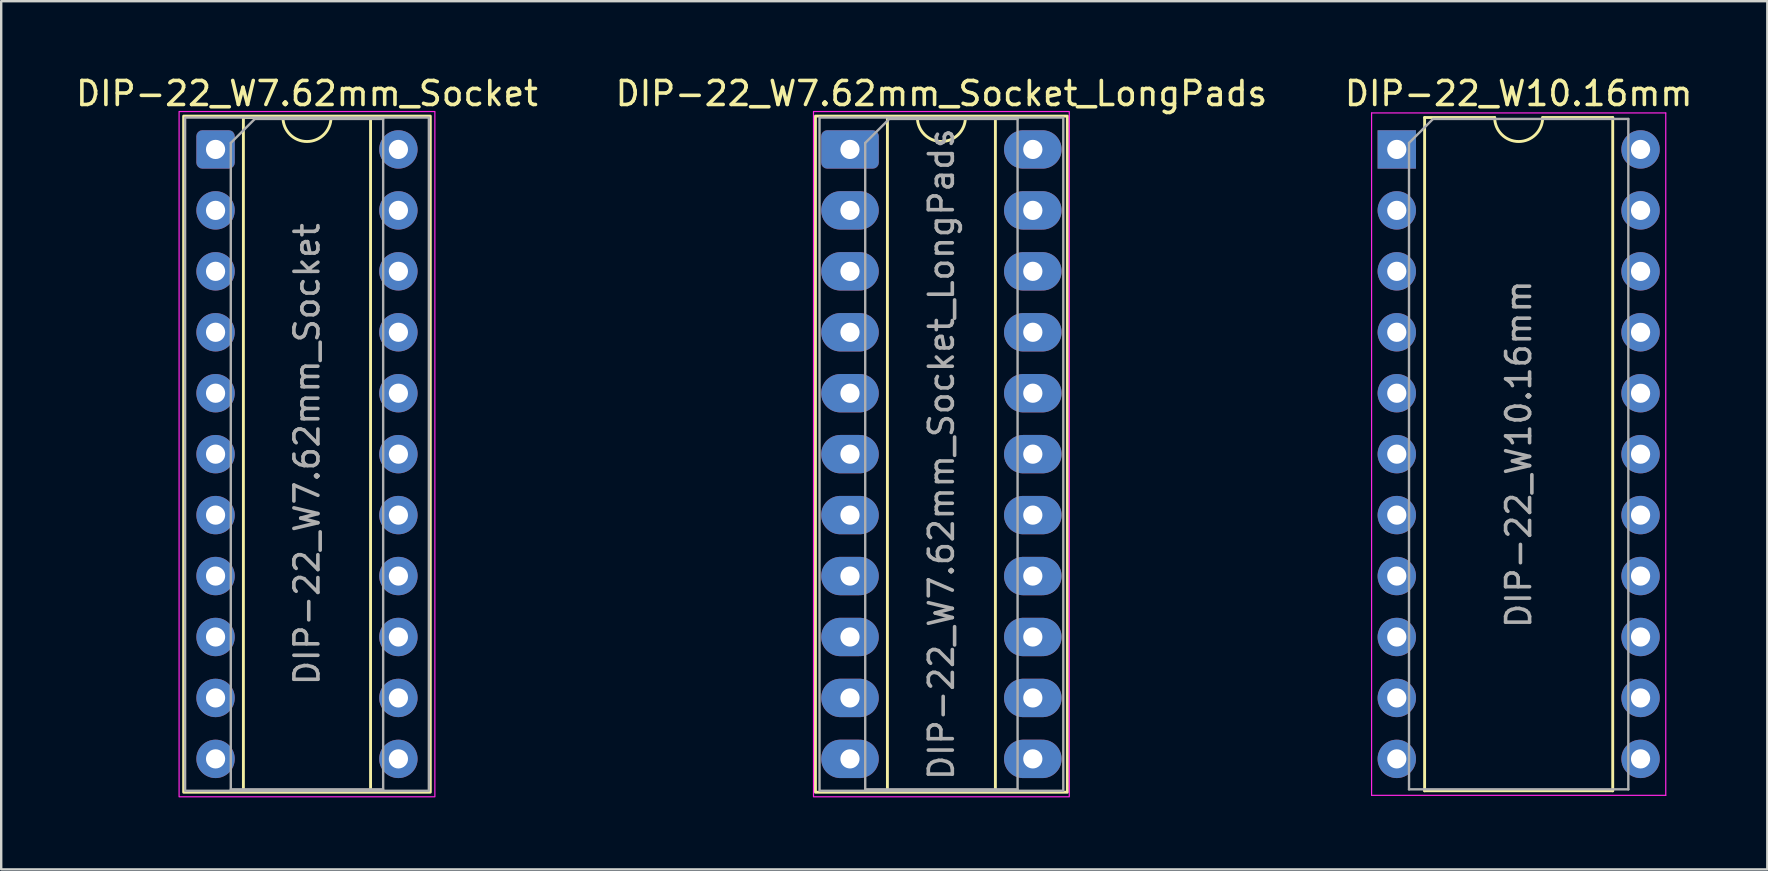
<source format=kicad_pcb>
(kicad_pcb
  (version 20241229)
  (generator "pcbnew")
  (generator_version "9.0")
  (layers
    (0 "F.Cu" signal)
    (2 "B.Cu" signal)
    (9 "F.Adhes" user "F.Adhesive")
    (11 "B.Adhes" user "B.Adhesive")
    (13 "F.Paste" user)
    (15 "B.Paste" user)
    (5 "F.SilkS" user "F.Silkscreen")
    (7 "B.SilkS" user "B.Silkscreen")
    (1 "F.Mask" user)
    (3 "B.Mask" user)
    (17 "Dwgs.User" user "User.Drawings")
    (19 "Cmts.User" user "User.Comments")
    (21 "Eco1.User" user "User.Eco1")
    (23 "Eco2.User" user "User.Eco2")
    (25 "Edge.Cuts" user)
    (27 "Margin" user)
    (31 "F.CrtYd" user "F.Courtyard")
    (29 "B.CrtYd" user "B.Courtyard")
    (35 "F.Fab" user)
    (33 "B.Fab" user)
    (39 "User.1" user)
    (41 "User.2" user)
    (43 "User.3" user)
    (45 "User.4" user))
  (footprint "DIP-22_W7.62mm_Socket_LongPads"
    (layer "F.Cu")
    (at 32.375 3.178)
    (property "Reference" "DIP-22_W7.62mm_Socket_LongPads" (at 3.81 -2.33 0) (layer "F.SilkS") (effects (font (size 1 1) (thickness 0.15))))
    (attr through_hole)
    (fp_line (start 1.56 -1.33) (end 1.56 26.73) (stroke (width 0.12) (type solid)) (layer "F.SilkS"))
    (fp_line (start 1.56 26.73) (end 6.06 26.73) (stroke (width 0.12) (type solid)) (layer "F.SilkS"))
    (fp_line (start 2.81 -1.33) (end 1.56 -1.33) (stroke (width 0.12) (type solid)) (layer "F.SilkS"))
    (fp_line (start 6.06 -1.33) (end 4.81 -1.33) (stroke (width 0.12) (type solid)) (layer "F.SilkS"))
    (fp_line (start 6.06 26.73) (end 6.06 -1.33) (stroke (width 0.12) (type solid)) (layer "F.SilkS"))
    (fp_rect (start -1.44 -1.39) (end 9.06 26.79) (stroke (width 0.12) (type solid)) (fill no) (layer "F.SilkS"))
    (fp_arc (start 4.81 -1.33) (mid 3.81 -0.33) (end 2.81 -1.33) (stroke (width 0.12) (type solid)) (layer "F.SilkS"))
    (fp_rect (start -1.52 -1.58) (end 9.14 26.98) (stroke (width 0.05) (type solid)) (fill no) (layer "F.CrtYd"))
    (fp_line (start 0.635 -0.27) (end 1.635 -1.27) (stroke (width 0.1) (type solid)) (layer "F.Fab"))
    (fp_line (start 0.635 26.67) (end 0.635 -0.27) (stroke (width 0.1) (type solid)) (layer "F.Fab"))
    (fp_line (start 1.635 -1.27) (end 6.985 -1.27) (stroke (width 0.1) (type solid)) (layer "F.Fab"))
    (fp_line (start 6.985 -1.27) (end 6.985 26.67) (stroke (width 0.1) (type solid)) (layer "F.Fab"))
    (fp_line (start 6.985 26.67) (end 0.635 26.67) (stroke (width 0.1) (type solid)) (layer "F.Fab"))
    (fp_rect (start -1.27 -1.33) (end 8.89 26.73) (stroke (width 0.1) (type solid)) (fill no) (layer "F.Fab"))
    (fp_text user "${REFERENCE}" (at 3.81 12.7 90) (layer "F.Fab") (effects (font (size 1 1) (thickness 0.15))))
    (pad "1" thru_hole roundrect (at 0 0) (size 2.4 1.6) (drill 0.8) (layers "*.Cu" "*.Mask") (roundrect_rratio 0.156))
    (pad "2" thru_hole oval (at 0 2.54) (size 2.4 1.6) (drill 0.8) (layers "*.Cu" "*.Mask"))
    (pad "3" thru_hole oval (at 0 5.08) (size 2.4 1.6) (drill 0.8) (layers "*.Cu" "*.Mask"))
    (pad "4" thru_hole oval (at 0 7.62) (size 2.4 1.6) (drill 0.8) (layers "*.Cu" "*.Mask"))
    (pad "5" thru_hole oval (at 0 10.16) (size 2.4 1.6) (drill 0.8) (layers "*.Cu" "*.Mask"))
    (pad "6" thru_hole oval (at 0 12.7) (size 2.4 1.6) (drill 0.8) (layers "*.Cu" "*.Mask"))
    (pad "7" thru_hole oval (at 0 15.24) (size 2.4 1.6) (drill 0.8) (layers "*.Cu" "*.Mask"))
    (pad "8" thru_hole oval (at 0 17.78) (size 2.4 1.6) (drill 0.8) (layers "*.Cu" "*.Mask"))
    (pad "9" thru_hole oval (at 0 20.32) (size 2.4 1.6) (drill 0.8) (layers "*.Cu" "*.Mask"))
    (pad "10" thru_hole oval (at 0 22.86) (size 2.4 1.6) (drill 0.8) (layers "*.Cu" "*.Mask"))
    (pad "11" thru_hole oval (at 0 25.4) (size 2.4 1.6) (drill 0.8) (layers "*.Cu" "*.Mask"))
    (pad "12" thru_hole oval (at 7.62 25.4) (size 2.4 1.6) (drill 0.8) (layers "*.Cu" "*.Mask"))
    (pad "13" thru_hole oval (at 7.62 22.86) (size 2.4 1.6) (drill 0.8) (layers "*.Cu" "*.Mask"))
    (pad "14" thru_hole oval (at 7.62 20.32) (size 2.4 1.6) (drill 0.8) (layers "*.Cu" "*.Mask"))
    (pad "15" thru_hole oval (at 7.62 17.78) (size 2.4 1.6) (drill 0.8) (layers "*.Cu" "*.Mask"))
    (pad "16" thru_hole oval (at 7.62 15.24) (size 2.4 1.6) (drill 0.8) (layers "*.Cu" "*.Mask"))
    (pad "17" thru_hole oval (at 7.62 12.7) (size 2.4 1.6) (drill 0.8) (layers "*.Cu" "*.Mask"))
    (pad "18" thru_hole oval (at 7.62 10.16) (size 2.4 1.6) (drill 0.8) (layers "*.Cu" "*.Mask"))
    (pad "19" thru_hole oval (at 7.62 7.62) (size 2.4 1.6) (drill 0.8) (layers "*.Cu" "*.Mask"))
    (pad "20" thru_hole oval (at 7.62 5.08) (size 2.4 1.6) (drill 0.8) (layers "*.Cu" "*.Mask"))
    (pad "21" thru_hole oval (at 7.62 2.54) (size 2.4 1.6) (drill 0.8) (layers "*.Cu" "*.Mask"))
    (pad "22" thru_hole oval (at 7.62 0) (size 2.4 1.6) (drill 0.8) (layers "*.Cu" "*.Mask")))
  (footprint "DIP-22_W10.16mm"
    (layer "F.Cu")
    (at 55.164 3.178)
    (property "Reference" "DIP-22_W10.16mm" (at 5.08 -2.33 0) (layer "F.SilkS") (effects (font (size 1 1) (thickness 0.15))))
    (attr through_hole)
    (fp_line (start 1.16 -1.33) (end 1.16 26.73) (stroke (width 0.12) (type solid)) (layer "F.SilkS"))
    (fp_line (start 1.16 26.73) (end 9 26.73) (stroke (width 0.12) (type solid)) (layer "F.SilkS"))
    (fp_line (start 4.08 -1.33) (end 1.16 -1.33) (stroke (width 0.12) (type solid)) (layer "F.SilkS"))
    (fp_line (start 9 -1.33) (end 6.08 -1.33) (stroke (width 0.12) (type solid)) (layer "F.SilkS"))
    (fp_line (start 9 26.73) (end 9 -1.33) (stroke (width 0.12) (type solid)) (layer "F.SilkS"))
    (fp_arc (start 6.08 -1.33) (mid 5.08 -0.33) (end 4.08 -1.33) (stroke (width 0.12) (type solid)) (layer "F.SilkS"))
    (fp_line (start -1.05 -1.52) (end -1.05 26.92) (stroke (width 0.05) (type solid)) (layer "F.CrtYd"))
    (fp_line (start -1.05 26.92) (end 11.21 26.92) (stroke (width 0.05) (type solid)) (layer "F.CrtYd"))
    (fp_line (start 11.21 -1.52) (end -1.05 -1.52) (stroke (width 0.05) (type solid)) (layer "F.CrtYd"))
    (fp_line (start 11.21 26.92) (end 11.21 -1.52) (stroke (width 0.05) (type solid)) (layer "F.CrtYd"))
    (fp_line (start 0.51 -0.27) (end 1.51 -1.27) (stroke (width 0.1) (type solid)) (layer "F.Fab"))
    (fp_line (start 0.51 26.67) (end 0.51 -0.27) (stroke (width 0.1) (type solid)) (layer "F.Fab"))
    (fp_line (start 1.51 -1.27) (end 9.65 -1.27) (stroke (width 0.1) (type solid)) (layer "F.Fab"))
    (fp_line (start 9.65 -1.27) (end 9.65 26.67) (stroke (width 0.1) (type solid)) (layer "F.Fab"))
    (fp_line (start 9.65 26.67) (end 0.51 26.67) (stroke (width 0.1) (type solid)) (layer "F.Fab"))
    (fp_text user "${REFERENCE}" (at 5.08 12.7 90) (layer "F.Fab") (effects (font (size 1 1) (thickness 0.15))))
    (pad "1" thru_hole rect (at 0 0) (size 1.6 1.6) (drill 0.8) (layers "*.Cu" "*.Mask"))
    (pad "2" thru_hole circle (at 0 2.54) (size 1.6 1.6) (drill 0.8) (layers "*.Cu" "*.Mask"))
    (pad "3" thru_hole circle (at 0 5.08) (size 1.6 1.6) (drill 0.8) (layers "*.Cu" "*.Mask"))
    (pad "4" thru_hole circle (at 0 7.62) (size 1.6 1.6) (drill 0.8) (layers "*.Cu" "*.Mask"))
    (pad "5" thru_hole circle (at 0 10.16) (size 1.6 1.6) (drill 0.8) (layers "*.Cu" "*.Mask"))
    (pad "6" thru_hole circle (at 0 12.7) (size 1.6 1.6) (drill 0.8) (layers "*.Cu" "*.Mask"))
    (pad "7" thru_hole circle (at 0 15.24) (size 1.6 1.6) (drill 0.8) (layers "*.Cu" "*.Mask"))
    (pad "8" thru_hole circle (at 0 17.78) (size 1.6 1.6) (drill 0.8) (layers "*.Cu" "*.Mask"))
    (pad "9" thru_hole circle (at 0 20.32) (size 1.6 1.6) (drill 0.8) (layers "*.Cu" "*.Mask"))
    (pad "10" thru_hole circle (at 0 22.86) (size 1.6 1.6) (drill 0.8) (layers "*.Cu" "*.Mask"))
    (pad "11" thru_hole circle (at 0 25.4) (size 1.6 1.6) (drill 0.8) (layers "*.Cu" "*.Mask"))
    (pad "12" thru_hole circle (at 10.16 25.4) (size 1.6 1.6) (drill 0.8) (layers "*.Cu" "*.Mask"))
    (pad "13" thru_hole circle (at 10.16 22.86) (size 1.6 1.6) (drill 0.8) (layers "*.Cu" "*.Mask"))
    (pad "14" thru_hole circle (at 10.16 20.32) (size 1.6 1.6) (drill 0.8) (layers "*.Cu" "*.Mask"))
    (pad "15" thru_hole circle (at 10.16 17.78) (size 1.6 1.6) (drill 0.8) (layers "*.Cu" "*.Mask"))
    (pad "16" thru_hole circle (at 10.16 15.24) (size 1.6 1.6) (drill 0.8) (layers "*.Cu" "*.Mask"))
    (pad "17" thru_hole circle (at 10.16 12.7) (size 1.6 1.6) (drill 0.8) (layers "*.Cu" "*.Mask"))
    (pad "18" thru_hole circle (at 10.16 10.16) (size 1.6 1.6) (drill 0.8) (layers "*.Cu" "*.Mask"))
    (pad "19" thru_hole circle (at 10.16 7.62) (size 1.6 1.6) (drill 0.8) (layers "*.Cu" "*.Mask"))
    (pad "20" thru_hole circle (at 10.16 5.08) (size 1.6 1.6) (drill 0.8) (layers "*.Cu" "*.Mask"))
    (pad "21" thru_hole circle (at 10.16 2.54) (size 1.6 1.6) (drill 0.8) (layers "*.Cu" "*.Mask"))
    (pad "22" thru_hole circle (at 10.16 0) (size 1.6 1.6) (drill 0.8) (layers "*.Cu" "*.Mask")))
  (footprint "DIP-22_W7.62mm_Socket"
    (layer "F.Cu")
    (at 5.934 3.178)
    (property "Reference" "DIP-22_W7.62mm_Socket" (at 3.81 -2.33 0) (layer "F.SilkS") (effects (font (size 1 1) (thickness 0.15))))
    (attr through_hole)
    (fp_line (start 1.16 -1.33) (end 1.16 26.73) (stroke (width 0.12) (type solid)) (layer "F.SilkS"))
    (fp_line (start 1.16 26.73) (end 6.46 26.73) (stroke (width 0.12) (type solid)) (layer "F.SilkS"))
    (fp_line (start 2.81 -1.33) (end 1.16 -1.33) (stroke (width 0.12) (type solid)) (layer "F.SilkS"))
    (fp_line (start 6.46 -1.33) (end 4.81 -1.33) (stroke (width 0.12) (type solid)) (layer "F.SilkS"))
    (fp_line (start 6.46 26.73) (end 6.46 -1.33) (stroke (width 0.12) (type solid)) (layer "F.SilkS"))
    (fp_rect (start -1.33 -1.39) (end 8.95 26.79) (stroke (width 0.12) (type solid)) (fill no) (layer "F.SilkS"))
    (fp_arc (start 4.81 -1.33) (mid 3.81 -0.33) (end 2.81 -1.33) (stroke (width 0.12) (type solid)) (layer "F.SilkS"))
    (fp_rect (start -1.52 -1.58) (end 9.14 26.98) (stroke (width 0.05) (type solid)) (fill no) (layer "F.CrtYd"))
    (fp_line (start 0.635 -0.27) (end 1.635 -1.27) (stroke (width 0.1) (type solid)) (layer "F.Fab"))
    (fp_line (start 0.635 26.67) (end 0.635 -0.27) (stroke (width 0.1) (type solid)) (layer "F.Fab"))
    (fp_line (start 1.635 -1.27) (end 6.985 -1.27) (stroke (width 0.1) (type solid)) (layer "F.Fab"))
    (fp_line (start 6.985 -1.27) (end 6.985 26.67) (stroke (width 0.1) (type solid)) (layer "F.Fab"))
    (fp_line (start 6.985 26.67) (end 0.635 26.67) (stroke (width 0.1) (type solid)) (layer "F.Fab"))
    (fp_rect (start -1.27 -1.33) (end 8.89 26.73) (stroke (width 0.1) (type solid)) (fill no) (layer "F.Fab"))
    (fp_text user "${REFERENCE}" (at 3.81 12.7 90) (layer "F.Fab") (effects (font (size 1 1) (thickness 0.15))))
    (pad "1" thru_hole roundrect (at 0 0) (size 1.6 1.6) (drill 0.8) (layers "*.Cu" "*.Mask") (roundrect_rratio 0.156))
    (pad "2" thru_hole circle (at 0 2.54) (size 1.6 1.6) (drill 0.8) (layers "*.Cu" "*.Mask"))
    (pad "3" thru_hole circle (at 0 5.08) (size 1.6 1.6) (drill 0.8) (layers "*.Cu" "*.Mask"))
    (pad "4" thru_hole circle (at 0 7.62) (size 1.6 1.6) (drill 0.8) (layers "*.Cu" "*.Mask"))
    (pad "5" thru_hole circle (at 0 10.16) (size 1.6 1.6) (drill 0.8) (layers "*.Cu" "*.Mask"))
    (pad "6" thru_hole circle (at 0 12.7) (size 1.6 1.6) (drill 0.8) (layers "*.Cu" "*.Mask"))
    (pad "7" thru_hole circle (at 0 15.24) (size 1.6 1.6) (drill 0.8) (layers "*.Cu" "*.Mask"))
    (pad "8" thru_hole circle (at 0 17.78) (size 1.6 1.6) (drill 0.8) (layers "*.Cu" "*.Mask"))
    (pad "9" thru_hole circle (at 0 20.32) (size 1.6 1.6) (drill 0.8) (layers "*.Cu" "*.Mask"))
    (pad "10" thru_hole circle (at 0 22.86) (size 1.6 1.6) (drill 0.8) (layers "*.Cu" "*.Mask"))
    (pad "11" thru_hole circle (at 0 25.4) (size 1.6 1.6) (drill 0.8) (layers "*.Cu" "*.Mask"))
    (pad "12" thru_hole circle (at 7.62 25.4) (size 1.6 1.6) (drill 0.8) (layers "*.Cu" "*.Mask"))
    (pad "13" thru_hole circle (at 7.62 22.86) (size 1.6 1.6) (drill 0.8) (layers "*.Cu" "*.Mask"))
    (pad "14" thru_hole circle (at 7.62 20.32) (size 1.6 1.6) (drill 0.8) (layers "*.Cu" "*.Mask"))
    (pad "15" thru_hole circle (at 7.62 17.78) (size 1.6 1.6) (drill 0.8) (layers "*.Cu" "*.Mask"))
    (pad "16" thru_hole circle (at 7.62 15.24) (size 1.6 1.6) (drill 0.8) (layers "*.Cu" "*.Mask"))
    (pad "17" thru_hole circle (at 7.62 12.7) (size 1.6 1.6) (drill 0.8) (layers "*.Cu" "*.Mask"))
    (pad "18" thru_hole circle (at 7.62 10.16) (size 1.6 1.6) (drill 0.8) (layers "*.Cu" "*.Mask"))
    (pad "19" thru_hole circle (at 7.62 7.62) (size 1.6 1.6) (drill 0.8) (layers "*.Cu" "*.Mask"))
    (pad "20" thru_hole circle (at 7.62 5.08) (size 1.6 1.6) (drill 0.8) (layers "*.Cu" "*.Mask"))
    (pad "21" thru_hole circle (at 7.62 2.54) (size 1.6 1.6) (drill 0.8) (layers "*.Cu" "*.Mask"))
    (pad "22" thru_hole circle (at 7.62 0) (size 1.6 1.6) (drill 0.8) (layers "*.Cu" "*.Mask")))
  (gr_rect
    (start -3 -3)
    (end 70.607 33.183)
    (stroke (width 0.1) (type default))
    (fill no)
    (layer "Edge.Cuts")))
</source>
